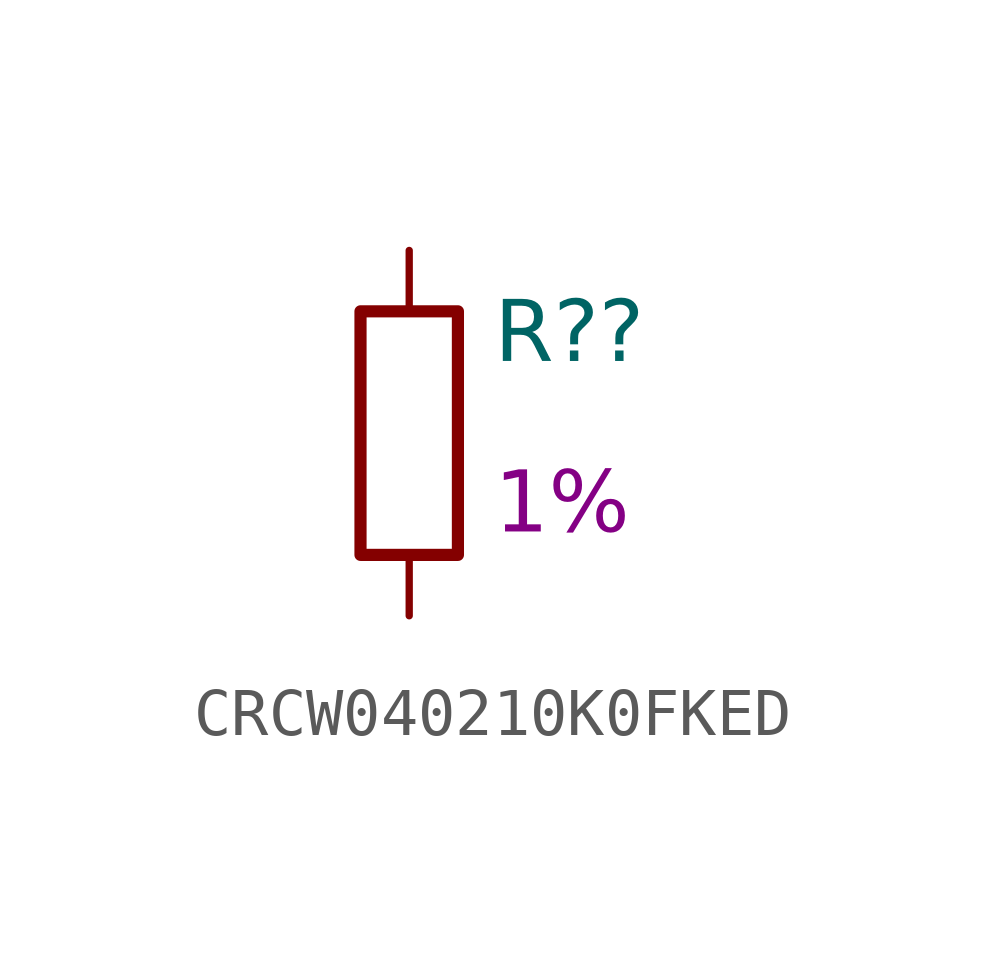
<source format=kicad_sym>
(kicad_symbol_lib
  (version 20211014)
  (generator partdb_linker_gui)
  (symbol "CRCW040210K0FKED"
    (pin_numbers
      (hide yes))
    (pin_names
      (offset 0))
    (property "Reference" "R?"
      (at 1.778 2.032 0)
      (effects (font (face "Calibri") (size 1.27 1.27)) (justify left)))
    (property "Value" ""
      (at 1.778 0.254 0)
      (effects (font (face "Calibri") (size 1.27 1.27)) (justify left)))
    (property "Tolerance" "1%"
      (at 1.778 -1.524 0)
      (effects (font (face "Calibri") (size 1.27 1.27)) (justify left)))
    (symbol "CRCW040210K0FKED_0_1"
      (rectangle (start -1.016 2.54) (end 1.016 -2.54) (stroke (width 0.254) (type default)) (fill (type none))))
    (symbol "CRCW040210K0FKED_1_1"
      (pin passive line (at 0 3.81 270) (length 1.27) (name "~" (effects (font (size 1.27 1.27)))) (number "1" (effects (font (size 1.27 1.27)))))
      (pin passive line (at 0 -3.81 90) (length 1.27) (name "~" (effects (font (size 1.27 1.27)))) (number "2" (effects (font (size 1.27 1.27))))))))
</source>
